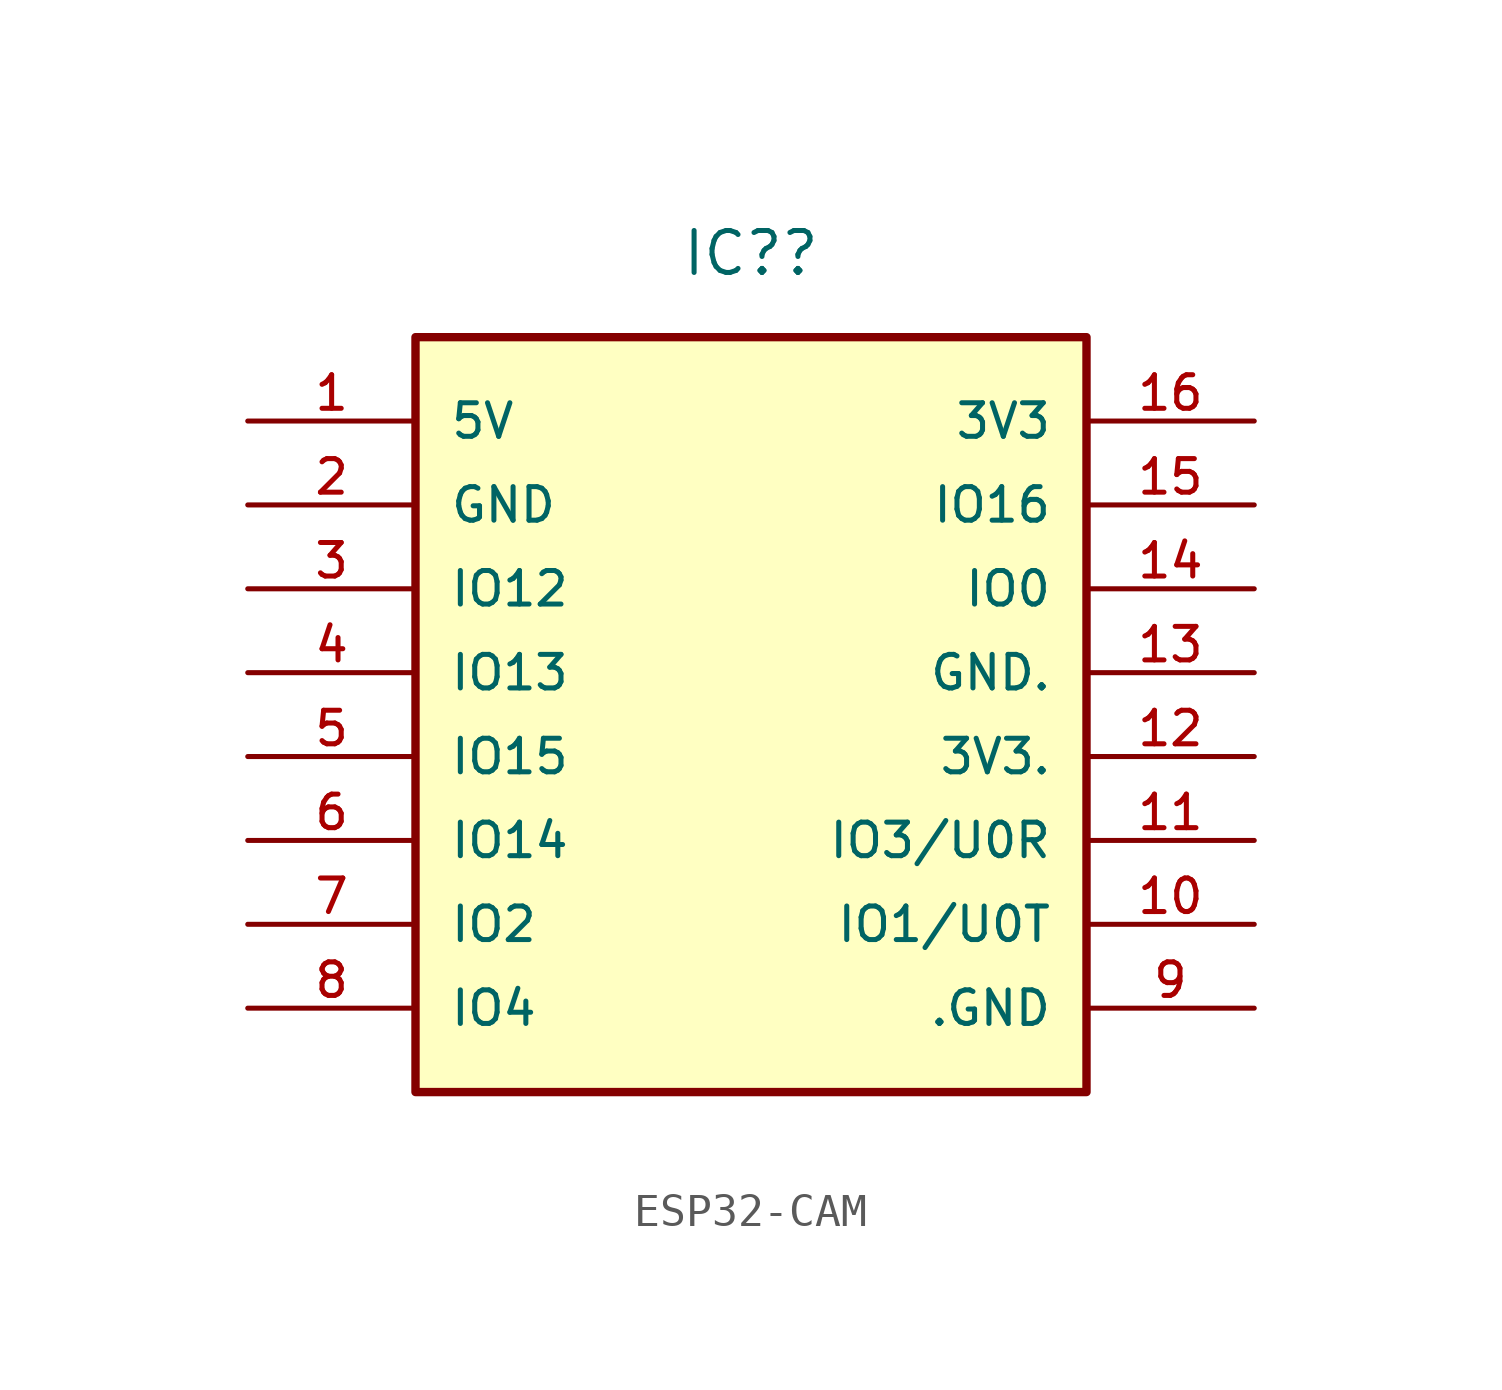
<source format=kicad_sym>
(kicad_symbol_lib
  (version 20211014)
  (generator kicad_symbol_editor)
  (symbol "ESP32-CAM"
    (pin_names
      (offset 1.016))
    (property "Reference" "IC?"
      (at 0 20.32 0)
      (effects (font (size 1.27 1.27))))
    (symbol "ESP32-CAM_0_0"
      (rectangle (start -10.16 -5.08) (end 10.16 17.78) (stroke (width 0.254) (type default) (color 0 0 0 0)) (fill (type background)))
      (pin bidirectional line (at -15.24 15.24 0) (length 5.08) (name "5V" (effects (font (size 1.016 1.016)))) (number "1" (effects (font (size 1.016 1.016)))))
      (pin bidirectional line (at 15.24 0 180) (length 5.08) (name "IO1/U0T" (effects (font (size 1.016 1.016)))) (number "10" (effects (font (size 1.016 1.016)))))
      (pin bidirectional line (at 15.24 2.54 180) (length 5.08) (name "IO3/U0R" (effects (font (size 1.016 1.016)))) (number "11" (effects (font (size 1.016 1.016)))))
      (pin bidirectional line (at 15.24 5.08 180) (length 5.08) (name "3V3." (effects (font (size 1.016 1.016)))) (number "12" (effects (font (size 1.016 1.016)))))
      (pin bidirectional line (at 15.24 7.62 180) (length 5.08) (name "GND." (effects (font (size 1.016 1.016)))) (number "13" (effects (font (size 1.016 1.016)))))
      (pin bidirectional line (at 15.24 10.16 180) (length 5.08) (name "IO0" (effects (font (size 1.016 1.016)))) (number "14" (effects (font (size 1.016 1.016)))))
      (pin bidirectional line (at 15.24 12.7 180) (length 5.08) (name "IO16" (effects (font (size 1.016 1.016)))) (number "15" (effects (font (size 1.016 1.016)))))
      (pin bidirectional line (at 15.24 15.24 180) (length 5.08) (name "3V3" (effects (font (size 1.016 1.016)))) (number "16" (effects (font (size 1.016 1.016)))))
      (pin bidirectional line (at -15.24 12.7 0) (length 5.08) (name "GND" (effects (font (size 1.016 1.016)))) (number "2" (effects (font (size 1.016 1.016)))))
      (pin bidirectional line (at -15.24 10.16 0) (length 5.08) (name "IO12" (effects (font (size 1.016 1.016)))) (number "3" (effects (font (size 1.016 1.016)))))
      (pin bidirectional line (at -15.24 7.62 0) (length 5.08) (name "IO13" (effects (font (size 1.016 1.016)))) (number "4" (effects (font (size 1.016 1.016)))))
      (pin bidirectional line (at -15.24 5.08 0) (length 5.08) (name "IO15" (effects (font (size 1.016 1.016)))) (number "5" (effects (font (size 1.016 1.016)))))
      (pin bidirectional line (at -15.24 2.54 0) (length 5.08) (name "IO14" (effects (font (size 1.016 1.016)))) (number "6" (effects (font (size 1.016 1.016)))))
      (pin bidirectional line (at -15.24 0 0) (length 5.08) (name "IO2" (effects (font (size 1.016 1.016)))) (number "7" (effects (font (size 1.016 1.016)))))
      (pin bidirectional line (at -15.24 -2.54 0) (length 5.08) (name "IO4" (effects (font (size 1.016 1.016)))) (number "8" (effects (font (size 1.016 1.016)))))
      (pin bidirectional line (at 15.24 -2.54 180) (length 5.08) (name ".GND" (effects (font (size 1.016 1.016)))) (number "9" (effects (font (size 1.016 1.016))))))))
</source>
